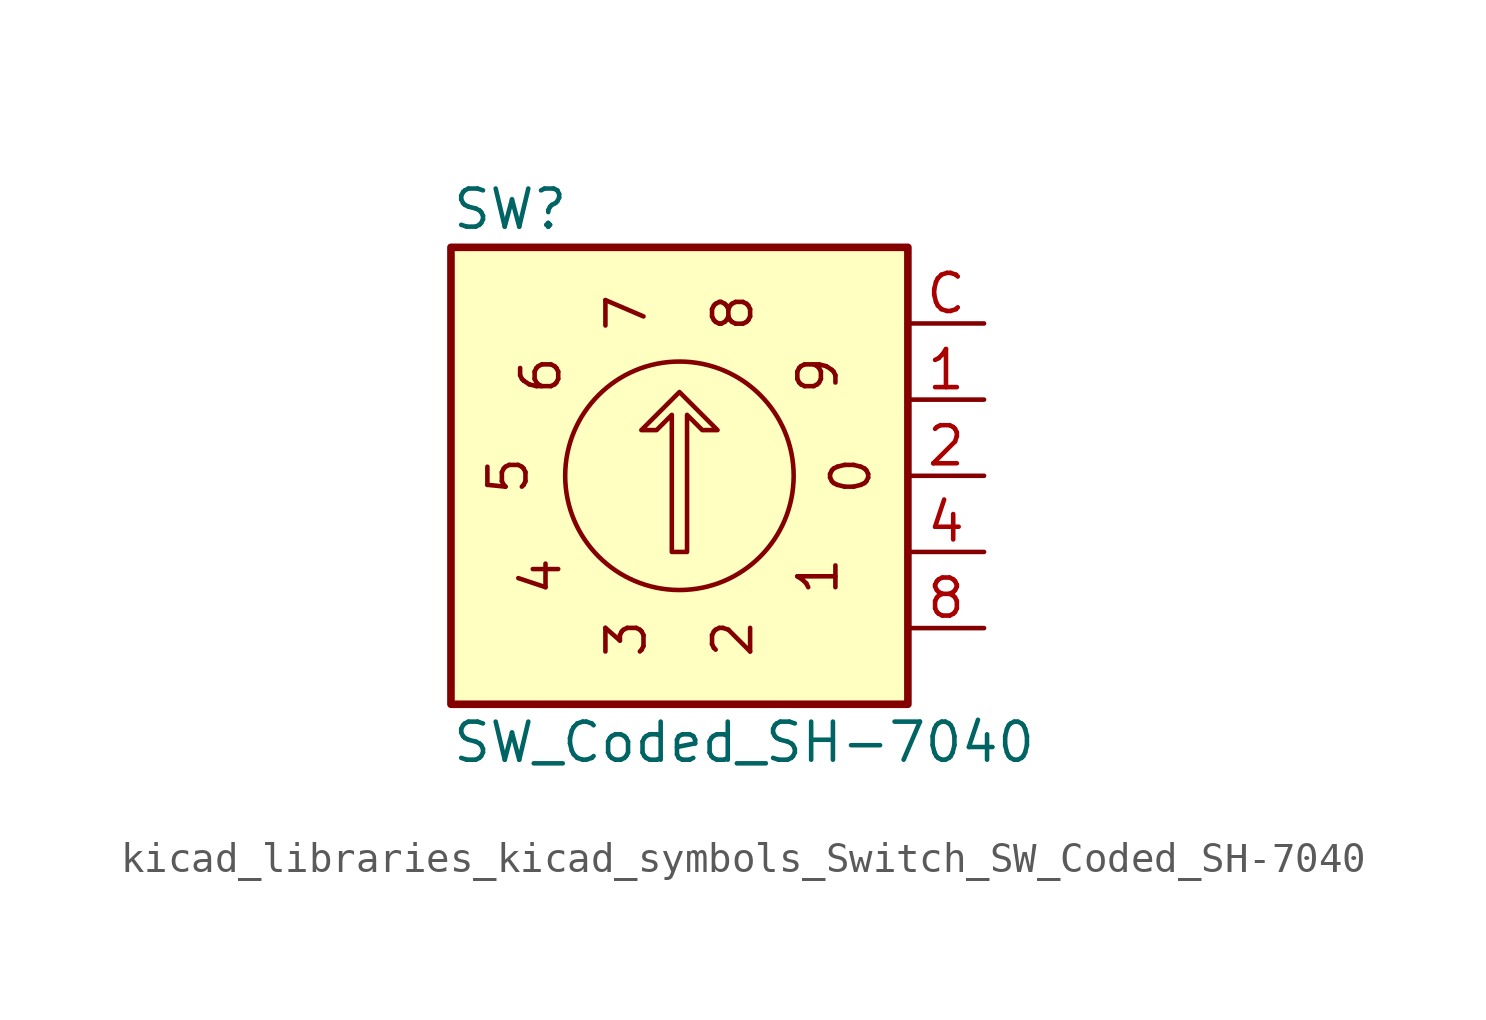
<source format=kicad_sym>
(kicad_symbol_lib
  (version 20220914)
  (generator kicad_symbol_editor)
  (symbol "kicad_libraries_kicad_symbols_Switch_SW_Coded_SH-7040"
    (pin_names hide)
    (property "Reference" "SW"
      (at -7.62 8.89 0)
      (effects (font (size 1.27 1.27)) (justify left)))
    (property "Value" "SW_Coded_SH-7040"
      (at -7.62 -8.89 0)
      (effects (font (size 1.27 1.27)) (justify left)))
    (symbol "kicad_libraries_kicad_symbols_Switch_SW_Coded_SH-7040_0_0"
      (text "0" (at 5.715 0 2700) (effects (font (size 1.27 1.27))))
      (text "1" (at 4.623 -3.353 2340) (effects (font (size 1.27 1.27))))
      (text "2" (at 1.778 -5.436 1980) (effects (font (size 1.27 1.27))))
      (text "3" (at -1.778 -5.436 1620) (effects (font (size 1.27 1.27))))
      (text "4" (at -4.623 -3.353 1260) (effects (font (size 1.27 1.27))))
      (text "5" (at -5.715 0 900) (effects (font (size 1.27 1.27))))
      (text "6" (at -4.623 3.353 540) (effects (font (size 1.27 1.27))))
      (text "7" (at -1.778 5.436 180) (effects (font (size 1.27 1.27))))
      (text "8" (at 1.778 5.436 3420) (effects (font (size 1.27 1.27))))
      (text "9" (at 4.623 3.353 3060) (effects (font (size 1.27 1.27)))))
    (symbol "kicad_libraries_kicad_symbols_Switch_SW_Coded_SH-7040_0_1"
      (polyline (pts (xy -0.254 -2.54) (xy -0.254 2.032) (xy -0.762 1.524) (xy -1.27 1.524) (xy 0 2.794) (xy 1.27 1.524) (xy 0.762 1.524) (xy 0.254 2.032) (xy 0.254 -2.54) (xy -0.254 -2.54) (xy -0.254 -2.54)) (stroke (width 0) (type default)) (fill (type none)))
      (circle (center 0 0) (radius 3.81) (stroke (width 0) (type default)) (fill (type none)))
      (rectangle (start 7.62 7.62) (end -7.62 -7.62) (stroke (width 0.254) (type default)) (fill (type background))))
    (symbol "kicad_libraries_kicad_symbols_Switch_SW_Coded_SH-7040_1_1"
      (pin passive line (at 10.16 2.54 180) (length 2.54) (name "1" (effects (font (size 1.27 1.27)))) (number "1" (effects (font (size 1.27 1.27)))))
      (pin passive line (at 10.16 0 180) (length 2.54) (name "2" (effects (font (size 1.27 1.27)))) (number "2" (effects (font (size 1.27 1.27)))))
      (pin passive line (at 10.16 -2.54 180) (length 2.54) (name "4" (effects (font (size 1.27 1.27)))) (number "4" (effects (font (size 1.27 1.27)))))
      (pin passive line (at 10.16 -5.08 180) (length 2.54) (name "8" (effects (font (size 1.27 1.27)))) (number "8" (effects (font (size 1.27 1.27)))))
      (pin passive line (at 10.16 5.08 180) (length 2.54) (name "C" (effects (font (size 1.27 1.27)))) (number "C" (effects (font (size 1.27 1.27))))))))
</source>
